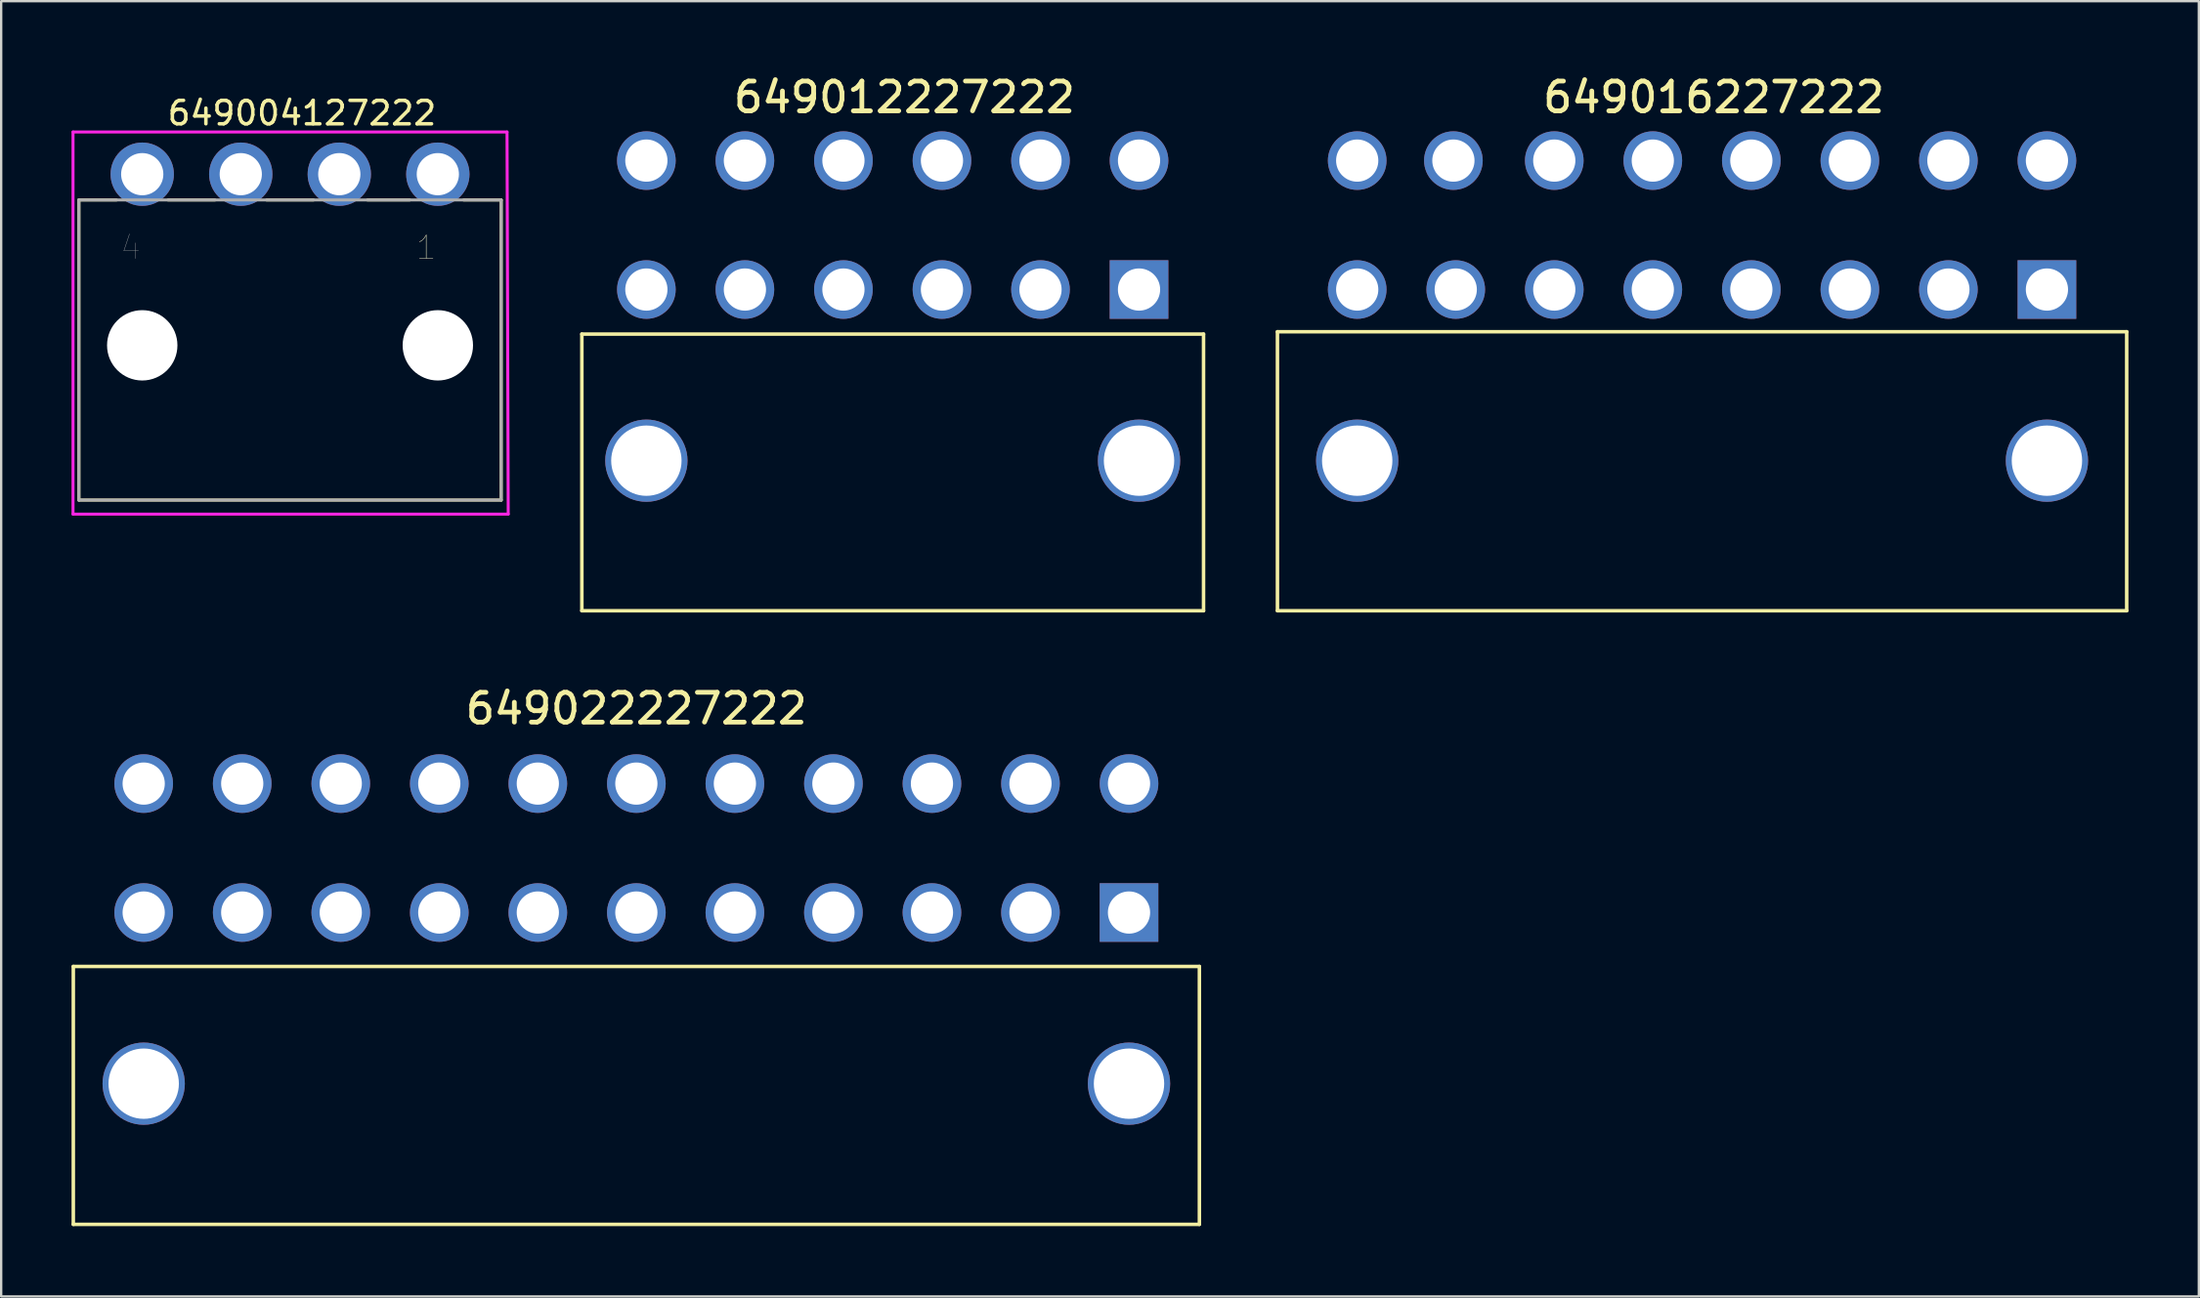
<source format=kicad_pcb>
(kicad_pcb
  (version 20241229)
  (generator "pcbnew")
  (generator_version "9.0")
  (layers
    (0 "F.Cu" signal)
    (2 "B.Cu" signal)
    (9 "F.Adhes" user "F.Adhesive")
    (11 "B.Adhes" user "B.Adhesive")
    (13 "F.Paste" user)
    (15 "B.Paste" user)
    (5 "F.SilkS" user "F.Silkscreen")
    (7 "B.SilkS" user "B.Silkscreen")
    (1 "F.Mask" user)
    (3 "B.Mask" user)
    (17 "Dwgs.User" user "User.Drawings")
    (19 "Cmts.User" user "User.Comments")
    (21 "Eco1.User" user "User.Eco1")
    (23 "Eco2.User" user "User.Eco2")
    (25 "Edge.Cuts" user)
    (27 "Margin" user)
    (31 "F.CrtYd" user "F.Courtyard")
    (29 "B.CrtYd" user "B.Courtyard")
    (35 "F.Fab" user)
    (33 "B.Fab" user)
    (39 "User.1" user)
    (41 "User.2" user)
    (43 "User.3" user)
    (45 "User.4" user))
  (footprint "649012227222"
    (layer "F.Cu")
    (at 35.002 16.6)
    (property "Reference" "649012227222" (at 0.5 -15.5 0) (layer "F.SilkS") (effects (font (size 1.27 1.27) (thickness 0.203))))
    (attr through_hole)
    (fp_line (start -13.25 -5.4) (end -13.25 6.4) (stroke (width 0.15) (type solid)) (layer "F.SilkS"))
    (fp_line (start -13.25 -5.4) (end 13.25 -5.4) (stroke (width 0.15) (type solid)) (layer "F.SilkS"))
    (fp_line (start -13.25 6.4) (end 13.25 6.4) (stroke (width 0.15) (type solid)) (layer "F.SilkS"))
    (fp_line (start 13.25 -5.4) (end 13.25 6.4) (stroke (width 0.15) (type solid)) (layer "F.SilkS"))
    (pad "1" thru_hole rect (at 10.5 -7.3) (size 2.5 2.5) (drill 1.8) (layers "*.Cu" "*.Mask"))
    (pad "2" thru_hole circle (at 6.3 -7.3) (size 2.5 2.5) (drill 1.8) (layers "*.Cu" "*.Mask"))
    (pad "3" thru_hole circle (at 2.1 -7.3) (size 2.5 2.5) (drill 1.8) (layers "*.Cu" "*.Mask"))
    (pad "4" thru_hole circle (at -2.1 -7.3) (size 2.5 2.5) (drill 1.8) (layers "*.Cu" "*.Mask"))
    (pad "5" thru_hole circle (at -6.3 -7.3) (size 2.5 2.5) (drill 1.8) (layers "*.Cu" "*.Mask"))
    (pad "6" thru_hole circle (at -10.5 -7.3) (size 2.5 2.5) (drill 1.8) (layers "*.Cu" "*.Mask"))
    (pad "7" thru_hole circle (at 10.5 -12.8) (size 2.5 2.5) (drill 1.8) (layers "*.Cu" "*.Mask"))
    (pad "8" thru_hole circle (at 6.3 -12.8) (size 2.5 2.5) (drill 1.8) (layers "*.Cu" "*.Mask"))
    (pad "9" thru_hole circle (at 2.1 -12.8) (size 2.5 2.5) (drill 1.8) (layers "*.Cu" "*.Mask"))
    (pad "10" thru_hole circle (at -2.1 -12.8) (size 2.5 2.5) (drill 1.8) (layers "*.Cu" "*.Mask"))
    (pad "11" thru_hole circle (at -6.3 -12.8) (size 2.5 2.5) (drill 1.8) (layers "*.Cu" "*.Mask"))
    (pad "12" thru_hole circle (at -10.5 -12.8) (size 2.5 2.5) (drill 1.8) (layers "*.Cu" "*.Mask"))
    (pad "13" thru_hole circle (at 10.5 0) (size 3.508 3.508) (drill 3) (layers "*.Cu" "*.Mask"))
    (pad "14" thru_hole circle (at -10.5 0) (size 3.508 3.508) (drill 3) (layers "*.Cu" "*.Mask")))
  (footprint "649004127222"
    (layer "F.Cu")
    (at 9.313 0.25)
    (property "Reference" "649004127222" (at 0.508 1.524 0) (layer "F.SilkS") (effects (font (size 1 1) (thickness 0.15))))
    (attr through_hole)
    (fp_line (start -9 5.23) (end -7.4 5.23) (stroke (width 0.127) (type solid)) (layer "F.SilkS"))
    (fp_line (start -9 18.03) (end -9 5.23) (stroke (width 0.127) (type solid)) (layer "F.SilkS"))
    (fp_line (start -5.2 5.23) (end -3.2 5.23) (stroke (width 0.127) (type solid)) (layer "F.SilkS"))
    (fp_line (start -1 5.23) (end 1 5.23) (stroke (width 0.127) (type solid)) (layer "F.SilkS"))
    (fp_line (start 3.3 5.23) (end 5.1 5.23) (stroke (width 0.127) (type solid)) (layer "F.SilkS"))
    (fp_line (start 7.4 5.23) (end 9 5.23) (stroke (width 0.127) (type solid)) (layer "F.SilkS"))
    (fp_line (start 9 5.23) (end 9 18.03) (stroke (width 0.127) (type solid)) (layer "F.SilkS"))
    (fp_line (start 9 18.03) (end -9 18.03) (stroke (width 0.127) (type solid)) (layer "F.SilkS"))
    (fp_line (start -9.25 2.33) (end 9.25 2.33) (stroke (width 0.127) (type solid)) (layer "F.CrtYd"))
    (fp_line (start -9.25 18.63) (end -9.25 2.33) (stroke (width 0.127) (type solid)) (layer "F.CrtYd"))
    (fp_line (start 9.25 2.33) (end 9.3 18.63) (stroke (width 0.127) (type solid)) (layer "F.CrtYd"))
    (fp_line (start 9.3 18.63) (end -9.25 18.63) (stroke (width 0.127) (type solid)) (layer "F.CrtYd"))
    (fp_line (start -9 5.23) (end 9 5.23) (stroke (width 0.127) (type solid)) (layer "F.Fab"))
    (fp_line (start -9 18.03) (end -9 5.23) (stroke (width 0.127) (type solid)) (layer "F.Fab"))
    (fp_line (start 9 5.23) (end 9 18.03) (stroke (width 0.127) (type solid)) (layer "F.Fab"))
    (fp_line (start 9 18.03) (end -9 18.03) (stroke (width 0.127) (type solid)) (layer "F.Fab"))
    (fp_text user "1" (at 5.805 7.265 0) (layer "F.SilkS") (effects (font (size 1 1) (thickness 0.015))))
    (fp_text user "1" (at 5.805 7.265 0) (layer "F.Fab") (effects (font (size 1 1) (thickness 0.015))))
    (fp_text user "4" (at -6.795 7.265 0) (layer "F.Fab") (effects (font (size 1 1) (thickness 0.015))))
    (pad "" np_thru_hole circle (at -6.3 11.43) (size 3 3) (drill 3) (layers "*.Cu" "*.Mask"))
    (pad "" np_thru_hole circle (at 6.3 11.43) (size 3 3) (drill 3) (layers "*.Cu" "*.Mask"))
    (pad "1" thru_hole circle (at 6.3 4.13) (size 2.7 2.7) (drill 1.8) (layers "*.Cu" "*.Mask"))
    (pad "2" thru_hole circle (at 2.1 4.13) (size 2.7 2.7) (drill 1.8) (layers "*.Cu" "*.Mask"))
    (pad "3" thru_hole circle (at -2.1 4.13) (size 2.7 2.7) (drill 1.8) (layers "*.Cu" "*.Mask"))
    (pad "4" thru_hole circle (at -6.3 4.13) (size 2.7 2.7) (drill 1.8) (layers "*.Cu" "*.Mask")))
  (footprint "649022227222"
    (layer "F.Cu")
    (at 24.075 43.174)
    (property "Reference" "649022227222" (at 0 -16 0) (layer "F.SilkS") (effects (font (size 1.27 1.27) (thickness 0.203))))
    (attr through_hole)
    (fp_line (start -24 -5) (end -24 6) (stroke (width 0.15) (type solid)) (layer "F.SilkS"))
    (fp_line (start -24 6) (end 24 6) (stroke (width 0.15) (type solid)) (layer "F.SilkS"))
    (fp_line (start 24 -5) (end -24 -5) (stroke (width 0.15) (type solid)) (layer "F.SilkS"))
    (fp_line (start 24 -5) (end 24 6) (stroke (width 0.15) (type solid)) (layer "F.SilkS"))
    (pad "1" thru_hole rect (at 21 -7.3) (size 2.5 2.5) (drill 1.8) (layers "*.Cu" "*.Mask"))
    (pad "2" thru_hole circle (at 16.8 -7.3) (size 2.5 2.5) (drill 1.8) (layers "*.Cu" "*.Mask"))
    (pad "3" thru_hole circle (at 12.6 -7.3) (size 2.5 2.5) (drill 1.8) (layers "*.Cu" "*.Mask"))
    (pad "4" thru_hole circle (at 8.4 -7.3) (size 2.5 2.5) (drill 1.8) (layers "*.Cu" "*.Mask"))
    (pad "5" thru_hole circle (at 4.2 -7.3) (size 2.5 2.5) (drill 1.8) (layers "*.Cu" "*.Mask"))
    (pad "6" thru_hole circle (at 0 -7.3) (size 2.5 2.5) (drill 1.8) (layers "*.Cu" "*.Mask"))
    (pad "7" thru_hole circle (at -4.2 -7.3) (size 2.5 2.5) (drill 1.8) (layers "*.Cu" "*.Mask"))
    (pad "8" thru_hole circle (at -8.4 -7.3) (size 2.5 2.5) (drill 1.8) (layers "*.Cu" "*.Mask"))
    (pad "9" thru_hole circle (at -12.6 -7.3) (size 2.5 2.5) (drill 1.8) (layers "*.Cu" "*.Mask"))
    (pad "10" thru_hole circle (at -16.8 -7.3) (size 2.5 2.5) (drill 1.8) (layers "*.Cu" "*.Mask"))
    (pad "11" thru_hole circle (at -21 -7.3) (size 2.5 2.5) (drill 1.8) (layers "*.Cu" "*.Mask"))
    (pad "12" thru_hole circle (at 21 -12.8) (size 2.5 2.5) (drill 1.8) (layers "*.Cu" "*.Mask"))
    (pad "13" thru_hole circle (at 16.8 -12.8) (size 2.5 2.5) (drill 1.8) (layers "*.Cu" "*.Mask"))
    (pad "14" thru_hole circle (at 12.6 -12.8) (size 2.5 2.5) (drill 1.8) (layers "*.Cu" "*.Mask"))
    (pad "15" thru_hole circle (at 8.4 -12.8) (size 2.5 2.5) (drill 1.8) (layers "*.Cu" "*.Mask"))
    (pad "16" thru_hole circle (at 4.2 -12.8) (size 2.5 2.5) (drill 1.8) (layers "*.Cu" "*.Mask"))
    (pad "17" thru_hole circle (at 0 -12.8) (size 2.5 2.5) (drill 1.8) (layers "*.Cu" "*.Mask"))
    (pad "18" thru_hole circle (at -4.2 -12.8) (size 2.5 2.5) (drill 1.8) (layers "*.Cu" "*.Mask"))
    (pad "19" thru_hole circle (at -8.4 -12.8) (size 2.5 2.5) (drill 1.8) (layers "*.Cu" "*.Mask"))
    (pad "20" thru_hole circle (at -12.6 -12.8) (size 2.5 2.5) (drill 1.8) (layers "*.Cu" "*.Mask"))
    (pad "21" thru_hole circle (at -16.8 -12.8) (size 2.5 2.5) (drill 1.8) (layers "*.Cu" "*.Mask"))
    (pad "22" thru_hole circle (at -21 -12.8) (size 2.5 2.5) (drill 1.8) (layers "*.Cu" "*.Mask"))
    (pad "23" thru_hole circle (at 21 0) (size 3.508 3.508) (drill 3) (layers "*.Cu" "*.Mask"))
    (pad "24" thru_hole circle (at -21 0) (size 3.508 3.508) (drill 3) (layers "*.Cu" "*.Mask")))
  (footprint "649016227222"
    (layer "F.Cu")
    (at 69.502 16.6)
    (property "Reference" "649016227222" (at 0.5 -15.5 0) (layer "F.SilkS") (effects (font (size 1.27 1.27) (thickness 0.203))))
    (attr through_hole)
    (fp_line (start -18.1 -5.5) (end -18.1 6.4) (stroke (width 0.15) (type solid)) (layer "F.SilkS"))
    (fp_line (start -18.1 -5.5) (end 18.1 -5.5) (stroke (width 0.15) (type solid)) (layer "F.SilkS"))
    (fp_line (start -18.1 6.4) (end 18.1 6.4) (stroke (width 0.15) (type solid)) (layer "F.SilkS"))
    (fp_line (start 18.1 -5.5) (end 18.1 6.4) (stroke (width 0.15) (type solid)) (layer "F.SilkS"))
    (pad "1" thru_hole rect (at 14.7 -7.3) (size 2.5 2.5) (drill 1.8) (layers "*.Cu" "*.Mask"))
    (pad "2" thru_hole circle (at 10.5 -7.3) (size 2.5 2.5) (drill 1.8) (layers "*.Cu" "*.Mask"))
    (pad "3" thru_hole circle (at 6.3 -7.3) (size 2.5 2.5) (drill 1.8) (layers "*.Cu" "*.Mask"))
    (pad "4" thru_hole circle (at 2.1 -7.3) (size 2.5 2.5) (drill 1.8) (layers "*.Cu" "*.Mask"))
    (pad "5" thru_hole circle (at -2.1 -7.3) (size 2.5 2.5) (drill 1.8) (layers "*.Cu" "*.Mask"))
    (pad "6" thru_hole circle (at -6.3 -7.3) (size 2.5 2.5) (drill 1.8) (layers "*.Cu" "*.Mask"))
    (pad "7" thru_hole circle (at -10.5 -7.3) (size 2.5 2.5) (drill 1.8) (layers "*.Cu" "*.Mask"))
    (pad "8" thru_hole circle (at -14.7 -7.3) (size 2.5 2.5) (drill 1.8) (layers "*.Cu" "*.Mask"))
    (pad "9" thru_hole circle (at 14.7 -12.8) (size 2.5 2.5) (drill 1.8) (layers "*.Cu" "*.Mask"))
    (pad "10" thru_hole circle (at 10.5 -12.8) (size 2.5 2.5) (drill 1.8) (layers "*.Cu" "*.Mask"))
    (pad "11" thru_hole circle (at 6.3 -12.8) (size 2.5 2.5) (drill 1.8) (layers "*.Cu" "*.Mask"))
    (pad "12" thru_hole circle (at 2.1 -12.8) (size 2.5 2.5) (drill 1.8) (layers "*.Cu" "*.Mask"))
    (pad "13" thru_hole circle (at -2.1 -12.8) (size 2.5 2.5) (drill 1.8) (layers "*.Cu" "*.Mask"))
    (pad "14" thru_hole circle (at -6.3 -12.8) (size 2.5 2.5) (drill 1.8) (layers "*.Cu" "*.Mask"))
    (pad "15" thru_hole circle (at -10.6 -12.8) (size 2.5 2.5) (drill 1.8) (layers "*.Cu" "*.Mask"))
    (pad "16" thru_hole circle (at -14.7 -12.8) (size 2.5 2.5) (drill 1.8) (layers "*.Cu" "*.Mask"))
    (pad "23" thru_hole circle (at 14.7 0) (size 3.508 3.508) (drill 3) (layers "*.Cu" "*.Mask"))
    (pad "24" thru_hole circle (at -14.7 0) (size 3.508 3.508) (drill 3) (layers "*.Cu" "*.Mask")))
  (gr_rect
    (start -3 -3)
    (end 90.677 52.249)
    (stroke (width 0.1) (type default))
    (fill no)
    (layer "Edge.Cuts")))
</source>
